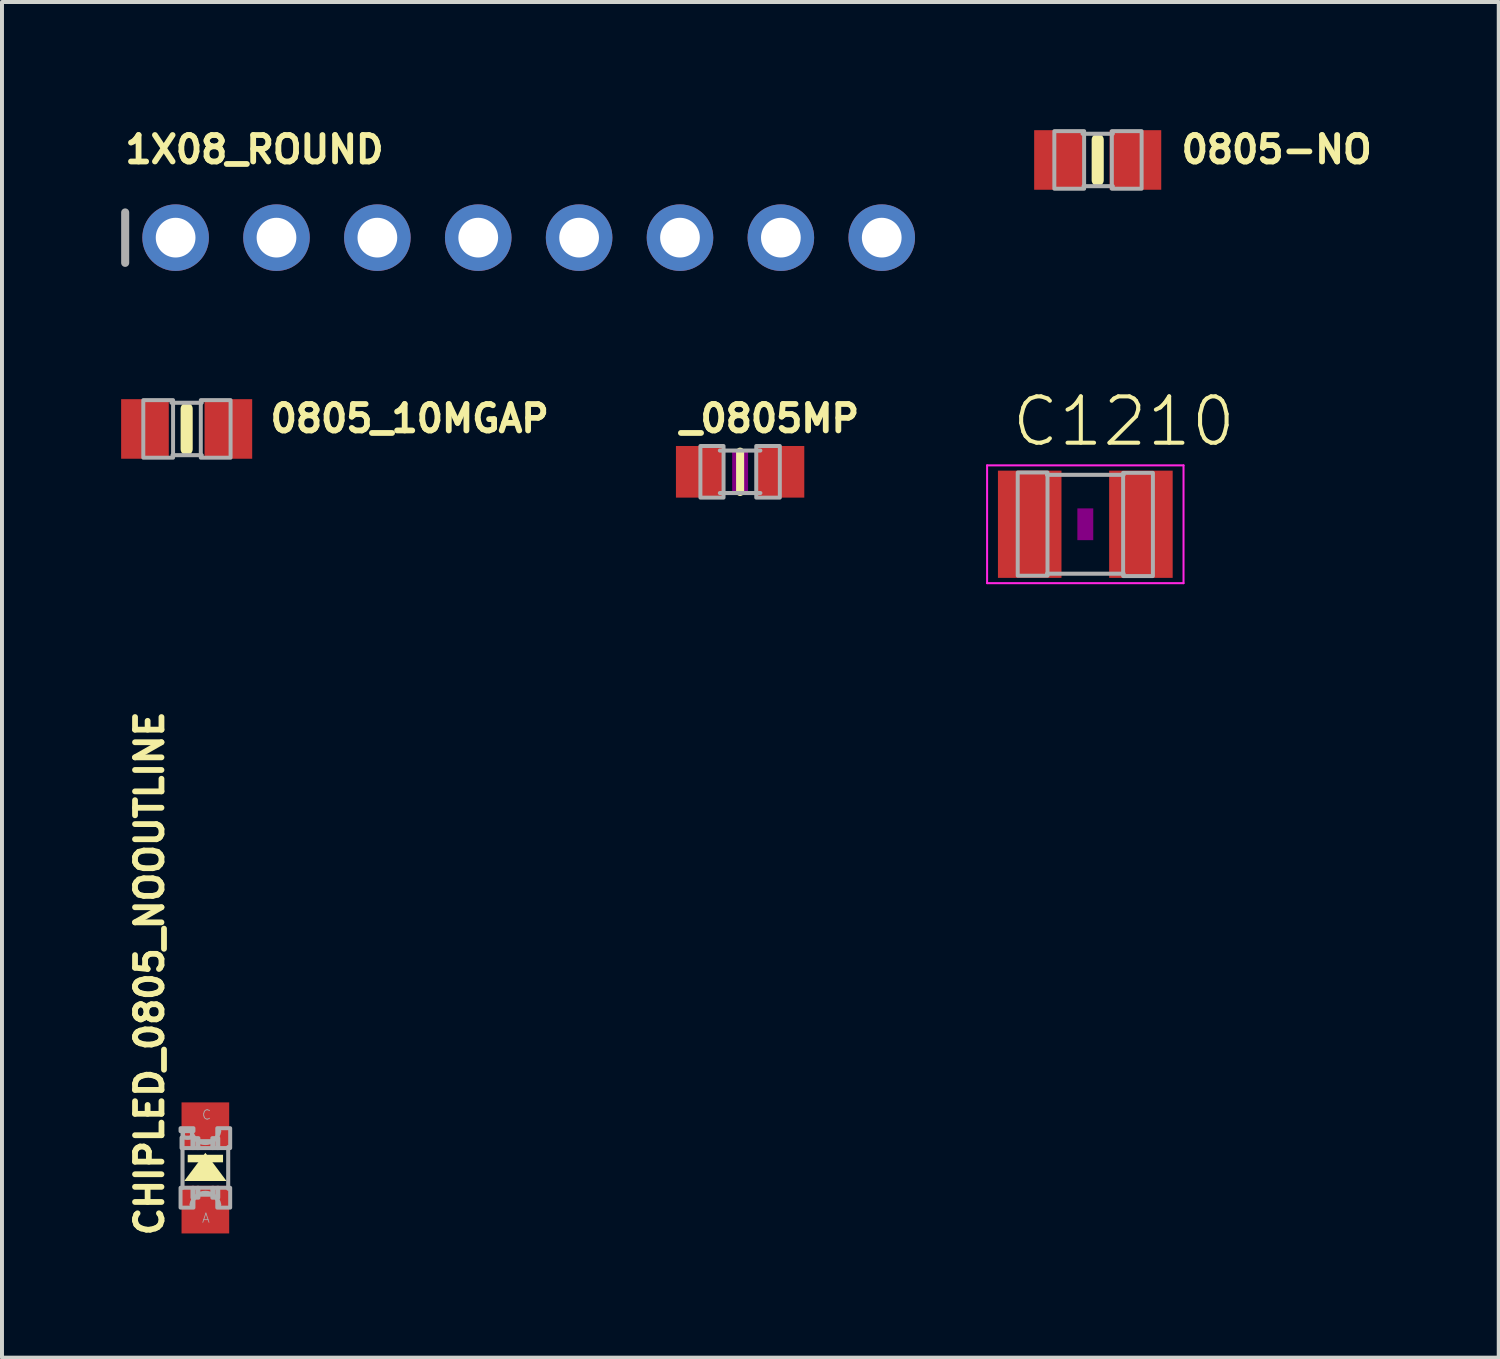
<source format=kicad_pcb>
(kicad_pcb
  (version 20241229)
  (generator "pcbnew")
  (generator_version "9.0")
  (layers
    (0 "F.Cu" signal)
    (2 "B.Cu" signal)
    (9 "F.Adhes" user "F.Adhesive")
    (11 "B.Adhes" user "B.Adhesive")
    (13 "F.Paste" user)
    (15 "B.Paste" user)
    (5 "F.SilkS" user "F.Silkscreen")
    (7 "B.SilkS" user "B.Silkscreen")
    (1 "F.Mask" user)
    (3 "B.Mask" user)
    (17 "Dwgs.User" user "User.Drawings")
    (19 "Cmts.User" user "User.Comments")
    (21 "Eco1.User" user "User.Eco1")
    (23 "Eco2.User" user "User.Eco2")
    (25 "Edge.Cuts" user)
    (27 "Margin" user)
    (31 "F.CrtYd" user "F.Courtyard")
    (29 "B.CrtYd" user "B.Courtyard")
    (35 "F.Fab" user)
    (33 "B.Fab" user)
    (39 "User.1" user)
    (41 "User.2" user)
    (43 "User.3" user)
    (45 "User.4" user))
  (footprint "0805_10MGAP"
    (layer "F.Cu")
    (at 1.65 7.751)
    (property "Reference" "0805_10MGAP" (at 2.032 0.127 0) (layer "F.SilkS") (effects (font (size 0.666 0.666) (thickness 0.146)) (justify left bottom)))
    (fp_line (start 0 -0.508) (end 0 0.508) (stroke (width 0.305) (type solid)) (layer "F.SilkS"))
    (fp_line (start -0.381 -0.66) (end 0.381 -0.66) (stroke (width 0.102) (type solid)) (layer "F.Fab"))
    (fp_line (start -0.356 0.66) (end 0.381 0.66) (stroke (width 0.102) (type solid)) (layer "F.Fab"))
    (fp_poly (pts (xy -1.092 0.724) (xy -0.342 0.724) (xy -0.342 -0.726) (xy -1.092 -0.726)) (stroke (width 0.1) (type solid)) (fill no) (layer "F.Fab"))
    (fp_poly (pts (xy 0.356 0.724) (xy 1.106 0.724) (xy 1.106 -0.726) (xy 0.356 -0.726)) (stroke (width 0.1) (type solid)) (fill no) (layer "F.Fab"))
    (pad "1" smd rect (at -1.05 0) (size 1.2 1.5) (layers "F.Cu" "F.Mask" "F.Paste"))
    (pad "2" smd rect (at 1.05 0) (size 1.2 1.5) (layers "F.Cu" "F.Mask" "F.Paste")))
  (footprint "CHIPLED_0805_NOOUTLINE"
    (layer "F.Cu")
    (at 2.121 26.358)
    (property "Reference" "CHIPLED_0805_NOOUTLINE" (at -1.016 1.778 90) (layer "F.SilkS") (effects (font (size 0.666 0.666) (thickness 0.146)) (justify left bottom)))
    (fp_poly (pts (xy 0.533 0.33) (xy -0.533 0.33) (xy 0 -0.381)) (stroke (width 0) (type solid)) (fill yes) (layer "F.SilkS"))
    (fp_poly (pts (xy -0.445 -0.141) (xy 0.445 -0.141) (xy 0.445 -0.331) (xy -0.445 -0.331)) (stroke (width 0) (type solid)) (fill yes) (layer "F.SilkS"))
    (fp_line (start -0.575 0.5) (end -0.575 -0.925) (stroke (width 0.102) (type solid)) (layer "F.Fab"))
    (fp_line (start 0.575 -0.525) (end 0.575 0.525) (stroke (width 0.102) (type solid)) (layer "F.Fab"))
    (fp_arc (start -0.35 0.925) (mid -0.000001 0.625027) (end 0.35 0.924998) (stroke (width 0.1016) (type solid)) (layer "F.Fab"))
    (fp_arc (start 0.35 -0.924998) (mid -0.000001 -0.625027) (end -0.35 -0.925) (stroke (width 0.1016) (type solid)) (layer "F.Fab"))
    (fp_circle (center -0.45 -0.85) (end -0.347 -0.85) (stroke (width 0.076) (type solid)) (fill no) (layer "F.Fab"))
    (fp_poly (pts (xy -0.625 -0.925) (xy -0.3 -0.925) (xy -0.3 -1) (xy -0.625 -1)) (stroke (width 0.1) (type solid)) (fill no) (layer "F.Fab"))
    (fp_poly (pts (xy -0.625 1) (xy -0.3 1) (xy -0.3 0.5) (xy -0.625 0.5)) (stroke (width 0.1) (type solid)) (fill no) (layer "F.Fab"))
    (fp_poly (pts (xy -0.6 -0.5) (xy -0.3 -0.5) (xy -0.3 -0.762) (xy -0.6 -0.762)) (stroke (width 0.1) (type solid)) (fill no) (layer "F.Fab"))
    (fp_poly (pts (xy -0.325 -0.5) (xy -0.175 -0.5) (xy -0.175 -0.75) (xy -0.325 -0.75)) (stroke (width 0.1) (type solid)) (fill no) (layer "F.Fab"))
    (fp_poly (pts (xy -0.325 0.75) (xy -0.175 0.75) (xy -0.175 0.5) (xy -0.325 0.5)) (stroke (width 0.1) (type solid)) (fill no) (layer "F.Fab"))
    (fp_poly (pts (xy -0.2 -0.5) (xy 0.2 -0.5) (xy 0.2 -0.675) (xy -0.2 -0.675)) (stroke (width 0.1) (type solid)) (fill no) (layer "F.Fab"))
    (fp_poly (pts (xy -0.2 0.675) (xy 0.2 0.675) (xy 0.2 0.5) (xy -0.2 0.5)) (stroke (width 0.1) (type solid)) (fill no) (layer "F.Fab"))
    (fp_poly (pts (xy 0.175 -0.5) (xy 0.325 -0.5) (xy 0.325 -0.75) (xy 0.175 -0.75)) (stroke (width 0.1) (type solid)) (fill no) (layer "F.Fab"))
    (fp_poly (pts (xy 0.175 0.75) (xy 0.325 0.75) (xy 0.325 0.5) (xy 0.175 0.5)) (stroke (width 0.1) (type solid)) (fill no) (layer "F.Fab"))
    (fp_poly (pts (xy 0.3 -0.5) (xy 0.625 -0.5) (xy 0.625 -1) (xy 0.3 -1)) (stroke (width 0.1) (type solid)) (fill no) (layer "F.Fab"))
    (fp_poly (pts (xy 0.3 1) (xy 0.625 1) (xy 0.625 0.5) (xy 0.3 0.5)) (stroke (width 0.1) (type solid)) (fill no) (layer "F.Fab"))
    (fp_text user "A" (at -0.1 1.4 0) (layer "F.Fab") (effects (font (size 0.234 0.234) (thickness 0.02)) (justify left bottom)))
    (fp_text user "C" (at -0.1 -1.2 0) (layer "F.Fab") (effects (font (size 0.234 0.234) (thickness 0.02)) (justify left bottom)))
    (pad "A" smd rect (at 0 1.05) (size 1.2 1.2) (layers "F.Cu" "F.Mask" "F.Paste"))
    (pad "C" smd rect (at 0 -1.05) (size 1.2 1.2) (layers "F.Cu" "F.Mask" "F.Paste")))
  (footprint "1X08_ROUND"
    (layer "F.Cu")
    (at 10.262 2.934)
    (property "Reference" "1X08_ROUND" (at -10.236 -1.829 0) (layer "F.SilkS") (effects (font (size 0.666 0.666) (thickness 0.146)) (justify left bottom)))
    (fp_line (start -10.16 -0.635) (end -10.16 0.635) (stroke (width 0.203) (type solid)) (layer "F.Fab"))
    (fp_poly (pts (xy -9.144 0.254) (xy -8.636 0.254) (xy -8.636 -0.254) (xy -9.144 -0.254)) (stroke (width 0.1) (type solid)) (fill no) (layer "F.Fab"))
    (fp_poly (pts (xy -6.604 0.254) (xy -6.096 0.254) (xy -6.096 -0.254) (xy -6.604 -0.254)) (stroke (width 0.1) (type solid)) (fill no) (layer "F.Fab"))
    (fp_poly (pts (xy -4.064 0.254) (xy -3.556 0.254) (xy -3.556 -0.254) (xy -4.064 -0.254)) (stroke (width 0.1) (type solid)) (fill no) (layer "F.Fab"))
    (fp_poly (pts (xy -1.524 0.254) (xy -1.016 0.254) (xy -1.016 -0.254) (xy -1.524 -0.254)) (stroke (width 0.1) (type solid)) (fill no) (layer "F.Fab"))
    (fp_poly (pts (xy 1.016 0.254) (xy 1.524 0.254) (xy 1.524 -0.254) (xy 1.016 -0.254)) (stroke (width 0.1) (type solid)) (fill no) (layer "F.Fab"))
    (fp_poly (pts (xy 3.556 0.254) (xy 4.064 0.254) (xy 4.064 -0.254) (xy 3.556 -0.254)) (stroke (width 0.1) (type solid)) (fill no) (layer "F.Fab"))
    (fp_poly (pts (xy 6.096 0.254) (xy 6.604 0.254) (xy 6.604 -0.254) (xy 6.096 -0.254)) (stroke (width 0.1) (type solid)) (fill no) (layer "F.Fab"))
    (fp_poly (pts (xy 8.636 0.254) (xy 9.144 0.254) (xy 9.144 -0.254) (xy 8.636 -0.254)) (stroke (width 0.1) (type solid)) (fill no) (layer "F.Fab"))
    (pad "1" thru_hole circle (at -8.89 0 90) (size 1.676 1.676) (drill 1) (layers "*.Cu" "*.Mask"))
    (pad "2" thru_hole circle (at -6.35 0 90) (size 1.676 1.676) (drill 1) (layers "*.Cu" "*.Mask"))
    (pad "3" thru_hole circle (at -3.81 0 90) (size 1.676 1.676) (drill 1) (layers "*.Cu" "*.Mask"))
    (pad "4" thru_hole circle (at -1.27 0 90) (size 1.676 1.676) (drill 1) (layers "*.Cu" "*.Mask"))
    (pad "5" thru_hole circle (at 1.27 0 90) (size 1.676 1.676) (drill 1) (layers "*.Cu" "*.Mask"))
    (pad "6" thru_hole circle (at 3.81 0 90) (size 1.676 1.676) (drill 1) (layers "*.Cu" "*.Mask"))
    (pad "7" thru_hole circle (at 6.35 0 90) (size 1.676 1.676) (drill 1) (layers "*.Cu" "*.Mask"))
    (pad "8" thru_hole circle (at 8.89 0 90) (size 1.676 1.676) (drill 1) (layers "*.Cu" "*.Mask")))
  (footprint "C1210"
    (layer "F.Cu")
    (at 24.278 10.151)
    (property "Reference" "C1210" (at -1.905 -1.905 0) (layer "F.SilkS") (effects (font (size 1.168 1.168) (thickness 0.102)) (justify left bottom)))
    (fp_poly (pts (xy -0.2 0.4) (xy 0.2 0.4) (xy 0.2 -0.4) (xy -0.2 -0.4)) (stroke (width 0) (type solid)) (fill yes) (layer "F.Adhes"))
    (fp_line (start -2.473 -1.483) (end 2.473 -1.483) (stroke (width 0.051) (type solid)) (layer "F.CrtYd"))
    (fp_line (start -2.473 1.483) (end -2.473 -1.483) (stroke (width 0.051) (type solid)) (layer "F.CrtYd"))
    (fp_line (start 2.473 -1.483) (end 2.473 1.483) (stroke (width 0.051) (type solid)) (layer "F.CrtYd"))
    (fp_line (start 2.473 1.483) (end -2.473 1.483) (stroke (width 0.051) (type solid)) (layer "F.CrtYd"))
    (fp_line (start -0.965 -1.245) (end 0.965 -1.245) (stroke (width 0.102) (type solid)) (layer "F.Fab"))
    (fp_line (start -0.965 1.245) (end 0.965 1.245) (stroke (width 0.102) (type solid)) (layer "F.Fab"))
    (fp_poly (pts (xy -1.702 1.295) (xy -0.952 1.295) (xy -0.952 -1.304) (xy -1.702 -1.304)) (stroke (width 0.1) (type solid)) (fill no) (layer "F.Fab"))
    (fp_poly (pts (xy 0.952 1.304) (xy 1.702 1.304) (xy 1.702 -1.295) (xy 0.952 -1.295)) (stroke (width 0.1) (type solid)) (fill no) (layer "F.Fab"))
    (pad "1" smd rect (at -1.4 0) (size 1.6 2.7) (layers "F.Cu" "F.Mask" "F.Paste"))
    (pad "2" smd rect (at 1.4 0) (size 1.6 2.7) (layers "F.Cu" "F.Mask" "F.Paste")))
  (footprint "_0805MP"
    (layer "F.Cu")
    (at 15.586 8.83)
    (property "Reference" "_0805MP" (at -1.587 -0.953 0) (layer "F.SilkS") (effects (font (size 0.666 0.666) (thickness 0.146)) (justify left bottom)))
    (fp_line (start 0 -0.508) (end 0 0.508) (stroke (width 0.203) (type solid)) (layer "F.SilkS"))
    (fp_poly (pts (xy -0.2 0.5) (xy 0.2 0.5) (xy 0.2 -0.5) (xy -0.2 -0.5)) (stroke (width 0) (type solid)) (fill yes) (layer "F.Adhes"))
    (fp_line (start -0.51 -0.535) (end 0.51 -0.535) (stroke (width 0.102) (type solid)) (layer "F.Fab"))
    (fp_line (start -0.51 0.535) (end 0.51 0.535) (stroke (width 0.102) (type solid)) (layer "F.Fab"))
    (fp_poly (pts (xy -1 0.65) (xy -0.417 0.65) (xy -0.417 -0.65) (xy -1 -0.65)) (stroke (width 0.1) (type solid)) (fill no) (layer "F.Fab"))
    (fp_poly (pts (xy 0.406 0.65) (xy 1 0.65) (xy 1 -0.65) (xy 0.406 -0.65)) (stroke (width 0.1) (type solid)) (fill no) (layer "F.Fab"))
    (pad "1" smd rect (at -1.016 0) (size 1.2 1.3) (layers "F.Cu" "F.Mask" "F.Paste"))
    (pad "2" smd rect (at 1.016 0) (size 1.2 1.3) (layers "F.Cu" "F.Mask" "F.Paste")))
  (footprint "0805-NO"
    (layer "F.Cu")
    (at 24.59 0.978)
    (property "Reference" "0805-NO" (at 2.032 0.127 0) (layer "F.SilkS") (effects (font (size 0.666 0.666) (thickness 0.146)) (justify left bottom)))
    (fp_line (start 0 -0.508) (end 0 0.508) (stroke (width 0.305) (type solid)) (layer "F.SilkS"))
    (fp_line (start -0.381 -0.66) (end 0.381 -0.66) (stroke (width 0.102) (type solid)) (layer "F.Fab"))
    (fp_line (start -0.356 0.66) (end 0.381 0.66) (stroke (width 0.102) (type solid)) (layer "F.Fab"))
    (fp_poly (pts (xy -1.092 0.724) (xy -0.342 0.724) (xy -0.342 -0.726) (xy -1.092 -0.726)) (stroke (width 0.1) (type solid)) (fill no) (layer "F.Fab"))
    (fp_poly (pts (xy 0.356 0.724) (xy 1.106 0.724) (xy 1.106 -0.726) (xy 0.356 -0.726)) (stroke (width 0.1) (type solid)) (fill no) (layer "F.Fab"))
    (pad "1" smd rect (at -0.95 0) (size 1.3 1.5) (layers "F.Cu" "F.Mask" "F.Paste"))
    (pad "2" smd rect (at 0.95 0) (size 1.3 1.5) (layers "F.Cu" "F.Mask" "F.Paste")))
  (gr_rect
    (start -3 -3)
    (end 34.688 31.136)
    (stroke (width 0.1) (type default))
    (fill no)
    (layer "Edge.Cuts")))
</source>
